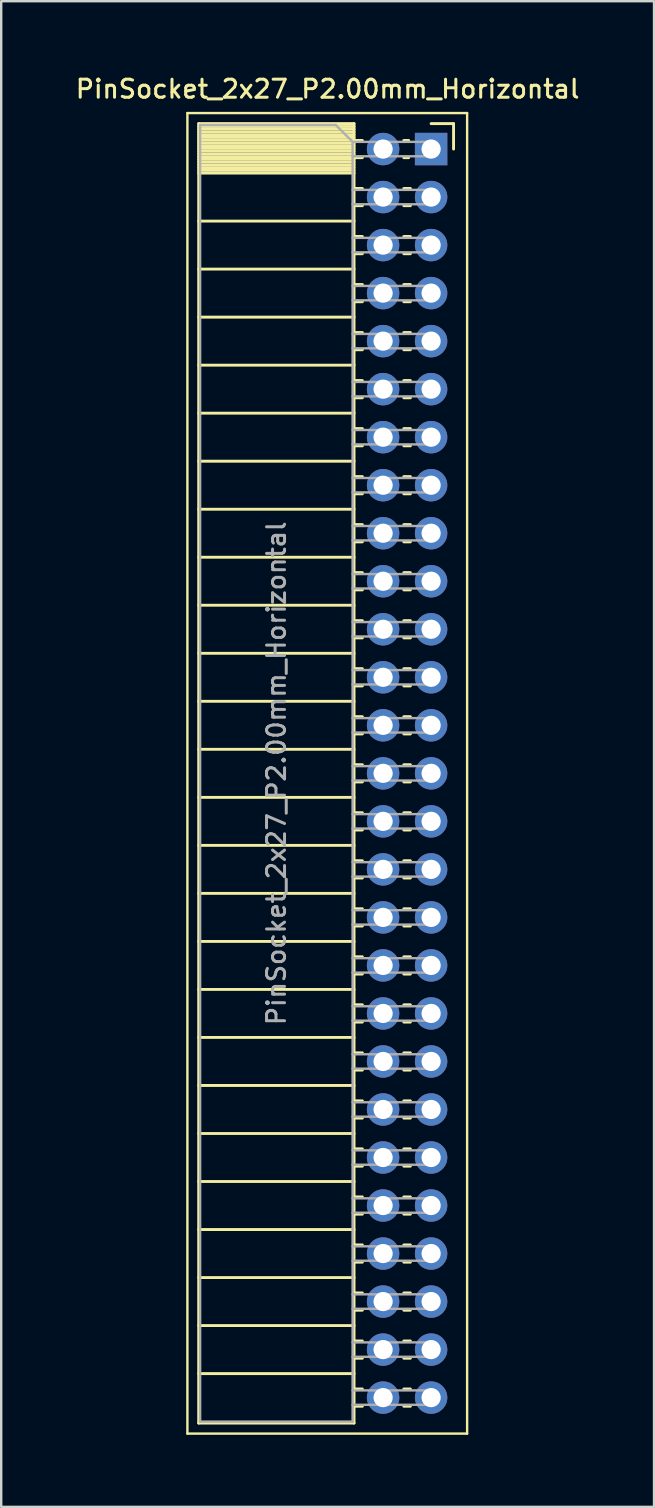
<source format=kicad_pcb>
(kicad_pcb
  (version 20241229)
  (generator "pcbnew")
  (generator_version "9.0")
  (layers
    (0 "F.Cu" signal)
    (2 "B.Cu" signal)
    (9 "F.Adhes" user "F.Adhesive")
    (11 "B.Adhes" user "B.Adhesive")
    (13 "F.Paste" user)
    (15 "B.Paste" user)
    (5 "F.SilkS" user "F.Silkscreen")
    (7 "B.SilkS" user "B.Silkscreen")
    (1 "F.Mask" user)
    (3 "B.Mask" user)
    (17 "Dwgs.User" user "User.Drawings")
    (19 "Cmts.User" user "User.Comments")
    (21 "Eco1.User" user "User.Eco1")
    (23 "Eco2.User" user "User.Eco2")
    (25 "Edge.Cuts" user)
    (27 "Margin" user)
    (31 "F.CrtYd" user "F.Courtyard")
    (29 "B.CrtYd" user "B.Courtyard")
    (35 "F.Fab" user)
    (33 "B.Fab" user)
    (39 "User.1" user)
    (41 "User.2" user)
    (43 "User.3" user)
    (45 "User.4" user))
  (footprint "PinSocket_2x27_P2.00mm_Horizontal"
    (layer "F.Cu")
    (at 14.905 3.158)
    (property "Reference" "PinSocket_2x27_P2.00mm_Horizontal" (at -4.31 -2.5 0) (layer "F.SilkS") (effects (font (size 0.75 0.75) (thickness 0.125))))
    (attr through_hole)
    (fp_line (start -10.15 -1.5) (end -10.15 53.5) (stroke (width 0.1) (type solid)) (layer "F.SilkS"))
    (fp_line (start -10.15 53.5) (end 1.5 53.5) (stroke (width 0.1) (type solid)) (layer "F.SilkS"))
    (fp_line (start -9.68 -1.06) (end -9.68 53.06) (stroke (width 0.12) (type solid)) (layer "F.SilkS"))
    (fp_line (start -9.68 -1.06) (end -3.21 -1.06) (stroke (width 0.12) (type solid)) (layer "F.SilkS"))
    (fp_line (start -9.68 -0.94) (end -3.21 -0.94) (stroke (width 0.12) (type solid)) (layer "F.SilkS"))
    (fp_line (start -9.68 -0.826) (end -3.21 -0.826) (stroke (width 0.12) (type solid)) (layer "F.SilkS"))
    (fp_line (start -9.68 -0.712) (end -3.21 -0.712) (stroke (width 0.12) (type solid)) (layer "F.SilkS"))
    (fp_line (start -9.68 -0.598) (end -3.21 -0.598) (stroke (width 0.12) (type solid)) (layer "F.SilkS"))
    (fp_line (start -9.68 -0.484) (end -3.21 -0.484) (stroke (width 0.12) (type solid)) (layer "F.SilkS"))
    (fp_line (start -9.68 -0.369) (end -3.21 -0.369) (stroke (width 0.12) (type solid)) (layer "F.SilkS"))
    (fp_line (start -9.68 -0.255) (end -3.21 -0.255) (stroke (width 0.12) (type solid)) (layer "F.SilkS"))
    (fp_line (start -9.68 -0.141) (end -3.21 -0.141) (stroke (width 0.12) (type solid)) (layer "F.SilkS"))
    (fp_line (start -9.68 -0.027) (end -3.21 -0.027) (stroke (width 0.12) (type solid)) (layer "F.SilkS"))
    (fp_line (start -9.68 0.087) (end -3.21 0.087) (stroke (width 0.12) (type solid)) (layer "F.SilkS"))
    (fp_line (start -9.68 0.201) (end -3.21 0.201) (stroke (width 0.12) (type solid)) (layer "F.SilkS"))
    (fp_line (start -9.68 0.315) (end -3.21 0.315) (stroke (width 0.12) (type solid)) (layer "F.SilkS"))
    (fp_line (start -9.68 0.429) (end -3.21 0.429) (stroke (width 0.12) (type solid)) (layer "F.SilkS"))
    (fp_line (start -9.68 0.544) (end -3.21 0.544) (stroke (width 0.12) (type solid)) (layer "F.SilkS"))
    (fp_line (start -9.68 0.658) (end -3.21 0.658) (stroke (width 0.12) (type solid)) (layer "F.SilkS"))
    (fp_line (start -9.68 0.772) (end -3.21 0.772) (stroke (width 0.12) (type solid)) (layer "F.SilkS"))
    (fp_line (start -9.68 0.886) (end -3.21 0.886) (stroke (width 0.12) (type solid)) (layer "F.SilkS"))
    (fp_line (start -9.68 1) (end -3.21 1) (stroke (width 0.12) (type solid)) (layer "F.SilkS"))
    (fp_line (start -9.68 3) (end -3.21 3) (stroke (width 0.12) (type solid)) (layer "F.SilkS"))
    (fp_line (start -9.68 5) (end -3.21 5) (stroke (width 0.12) (type solid)) (layer "F.SilkS"))
    (fp_line (start -9.68 7) (end -3.21 7) (stroke (width 0.12) (type solid)) (layer "F.SilkS"))
    (fp_line (start -9.68 9) (end -3.21 9) (stroke (width 0.12) (type solid)) (layer "F.SilkS"))
    (fp_line (start -9.68 11) (end -3.21 11) (stroke (width 0.12) (type solid)) (layer "F.SilkS"))
    (fp_line (start -9.68 13) (end -3.21 13) (stroke (width 0.12) (type solid)) (layer "F.SilkS"))
    (fp_line (start -9.68 15) (end -3.21 15) (stroke (width 0.12) (type solid)) (layer "F.SilkS"))
    (fp_line (start -9.68 17) (end -3.21 17) (stroke (width 0.12) (type solid)) (layer "F.SilkS"))
    (fp_line (start -9.68 19) (end -3.21 19) (stroke (width 0.12) (type solid)) (layer "F.SilkS"))
    (fp_line (start -9.68 21) (end -3.21 21) (stroke (width 0.12) (type solid)) (layer "F.SilkS"))
    (fp_line (start -9.68 23) (end -3.21 23) (stroke (width 0.12) (type solid)) (layer "F.SilkS"))
    (fp_line (start -9.68 25) (end -3.21 25) (stroke (width 0.12) (type solid)) (layer "F.SilkS"))
    (fp_line (start -9.68 27) (end -3.21 27) (stroke (width 0.12) (type solid)) (layer "F.SilkS"))
    (fp_line (start -9.68 29) (end -3.21 29) (stroke (width 0.12) (type solid)) (layer "F.SilkS"))
    (fp_line (start -9.68 31) (end -3.21 31) (stroke (width 0.12) (type solid)) (layer "F.SilkS"))
    (fp_line (start -9.68 33) (end -3.21 33) (stroke (width 0.12) (type solid)) (layer "F.SilkS"))
    (fp_line (start -9.68 35) (end -3.21 35) (stroke (width 0.12) (type solid)) (layer "F.SilkS"))
    (fp_line (start -9.68 37) (end -3.21 37) (stroke (width 0.12) (type solid)) (layer "F.SilkS"))
    (fp_line (start -9.68 39) (end -3.21 39) (stroke (width 0.12) (type solid)) (layer "F.SilkS"))
    (fp_line (start -9.68 41) (end -3.21 41) (stroke (width 0.12) (type solid)) (layer "F.SilkS"))
    (fp_line (start -9.68 43) (end -3.21 43) (stroke (width 0.12) (type solid)) (layer "F.SilkS"))
    (fp_line (start -9.68 45) (end -3.21 45) (stroke (width 0.12) (type solid)) (layer "F.SilkS"))
    (fp_line (start -9.68 47) (end -3.21 47) (stroke (width 0.12) (type solid)) (layer "F.SilkS"))
    (fp_line (start -9.68 49) (end -3.21 49) (stroke (width 0.12) (type solid)) (layer "F.SilkS"))
    (fp_line (start -9.68 51) (end -3.21 51) (stroke (width 0.12) (type solid)) (layer "F.SilkS"))
    (fp_line (start -9.68 53.06) (end -3.21 53.06) (stroke (width 0.12) (type solid)) (layer "F.SilkS"))
    (fp_line (start -3.21 -1.06) (end -3.21 53.06) (stroke (width 0.12) (type solid)) (layer "F.SilkS"))
    (fp_line (start -3.21 -0.36) (end -2.863 -0.36) (stroke (width 0.12) (type solid)) (layer "F.SilkS"))
    (fp_line (start -3.21 0.36) (end -2.863 0.36) (stroke (width 0.12) (type solid)) (layer "F.SilkS"))
    (fp_line (start -3.21 1.64) (end -2.863 1.64) (stroke (width 0.12) (type solid)) (layer "F.SilkS"))
    (fp_line (start -3.21 2.36) (end -2.863 2.36) (stroke (width 0.12) (type solid)) (layer "F.SilkS"))
    (fp_line (start -3.21 3.64) (end -2.863 3.64) (stroke (width 0.12) (type solid)) (layer "F.SilkS"))
    (fp_line (start -3.21 4.36) (end -2.863 4.36) (stroke (width 0.12) (type solid)) (layer "F.SilkS"))
    (fp_line (start -3.21 5.64) (end -2.863 5.64) (stroke (width 0.12) (type solid)) (layer "F.SilkS"))
    (fp_line (start -3.21 6.36) (end -2.863 6.36) (stroke (width 0.12) (type solid)) (layer "F.SilkS"))
    (fp_line (start -3.21 7.64) (end -2.863 7.64) (stroke (width 0.12) (type solid)) (layer "F.SilkS"))
    (fp_line (start -3.21 8.36) (end -2.863 8.36) (stroke (width 0.12) (type solid)) (layer "F.SilkS"))
    (fp_line (start -3.21 9.64) (end -2.863 9.64) (stroke (width 0.12) (type solid)) (layer "F.SilkS"))
    (fp_line (start -3.21 10.36) (end -2.863 10.36) (stroke (width 0.12) (type solid)) (layer "F.SilkS"))
    (fp_line (start -3.21 11.64) (end -2.863 11.64) (stroke (width 0.12) (type solid)) (layer "F.SilkS"))
    (fp_line (start -3.21 12.36) (end -2.863 12.36) (stroke (width 0.12) (type solid)) (layer "F.SilkS"))
    (fp_line (start -3.21 13.64) (end -2.863 13.64) (stroke (width 0.12) (type solid)) (layer "F.SilkS"))
    (fp_line (start -3.21 14.36) (end -2.863 14.36) (stroke (width 0.12) (type solid)) (layer "F.SilkS"))
    (fp_line (start -3.21 15.64) (end -2.863 15.64) (stroke (width 0.12) (type solid)) (layer "F.SilkS"))
    (fp_line (start -3.21 16.36) (end -2.863 16.36) (stroke (width 0.12) (type solid)) (layer "F.SilkS"))
    (fp_line (start -3.21 17.64) (end -2.863 17.64) (stroke (width 0.12) (type solid)) (layer "F.SilkS"))
    (fp_line (start -3.21 18.36) (end -2.863 18.36) (stroke (width 0.12) (type solid)) (layer "F.SilkS"))
    (fp_line (start -3.21 19.64) (end -2.863 19.64) (stroke (width 0.12) (type solid)) (layer "F.SilkS"))
    (fp_line (start -3.21 20.36) (end -2.863 20.36) (stroke (width 0.12) (type solid)) (layer "F.SilkS"))
    (fp_line (start -3.21 21.64) (end -2.863 21.64) (stroke (width 0.12) (type solid)) (layer "F.SilkS"))
    (fp_line (start -3.21 22.36) (end -2.863 22.36) (stroke (width 0.12) (type solid)) (layer "F.SilkS"))
    (fp_line (start -3.21 23.64) (end -2.863 23.64) (stroke (width 0.12) (type solid)) (layer "F.SilkS"))
    (fp_line (start -3.21 24.36) (end -2.863 24.36) (stroke (width 0.12) (type solid)) (layer "F.SilkS"))
    (fp_line (start -3.21 25.64) (end -2.863 25.64) (stroke (width 0.12) (type solid)) (layer "F.SilkS"))
    (fp_line (start -3.21 26.36) (end -2.863 26.36) (stroke (width 0.12) (type solid)) (layer "F.SilkS"))
    (fp_line (start -3.21 27.64) (end -2.863 27.64) (stroke (width 0.12) (type solid)) (layer "F.SilkS"))
    (fp_line (start -3.21 28.36) (end -2.863 28.36) (stroke (width 0.12) (type solid)) (layer "F.SilkS"))
    (fp_line (start -3.21 29.64) (end -2.863 29.64) (stroke (width 0.12) (type solid)) (layer "F.SilkS"))
    (fp_line (start -3.21 30.36) (end -2.863 30.36) (stroke (width 0.12) (type solid)) (layer "F.SilkS"))
    (fp_line (start -3.21 31.64) (end -2.863 31.64) (stroke (width 0.12) (type solid)) (layer "F.SilkS"))
    (fp_line (start -3.21 32.36) (end -2.863 32.36) (stroke (width 0.12) (type solid)) (layer "F.SilkS"))
    (fp_line (start -3.21 33.64) (end -2.863 33.64) (stroke (width 0.12) (type solid)) (layer "F.SilkS"))
    (fp_line (start -3.21 34.36) (end -2.863 34.36) (stroke (width 0.12) (type solid)) (layer "F.SilkS"))
    (fp_line (start -3.21 35.64) (end -2.863 35.64) (stroke (width 0.12) (type solid)) (layer "F.SilkS"))
    (fp_line (start -3.21 36.36) (end -2.863 36.36) (stroke (width 0.12) (type solid)) (layer "F.SilkS"))
    (fp_line (start -3.21 37.64) (end -2.863 37.64) (stroke (width 0.12) (type solid)) (layer "F.SilkS"))
    (fp_line (start -3.21 38.36) (end -2.863 38.36) (stroke (width 0.12) (type solid)) (layer "F.SilkS"))
    (fp_line (start -3.21 39.64) (end -2.863 39.64) (stroke (width 0.12) (type solid)) (layer "F.SilkS"))
    (fp_line (start -3.21 40.36) (end -2.863 40.36) (stroke (width 0.12) (type solid)) (layer "F.SilkS"))
    (fp_line (start -3.21 41.64) (end -2.863 41.64) (stroke (width 0.12) (type solid)) (layer "F.SilkS"))
    (fp_line (start -3.21 42.36) (end -2.863 42.36) (stroke (width 0.12) (type solid)) (layer "F.SilkS"))
    (fp_line (start -3.21 43.64) (end -2.863 43.64) (stroke (width 0.12) (type solid)) (layer "F.SilkS"))
    (fp_line (start -3.21 44.36) (end -2.863 44.36) (stroke (width 0.12) (type solid)) (layer "F.SilkS"))
    (fp_line (start -3.21 45.64) (end -2.863 45.64) (stroke (width 0.12) (type solid)) (layer "F.SilkS"))
    (fp_line (start -3.21 46.36) (end -2.863 46.36) (stroke (width 0.12) (type solid)) (layer "F.SilkS"))
    (fp_line (start -3.21 47.64) (end -2.863 47.64) (stroke (width 0.12) (type solid)) (layer "F.SilkS"))
    (fp_line (start -3.21 48.36) (end -2.863 48.36) (stroke (width 0.12) (type solid)) (layer "F.SilkS"))
    (fp_line (start -3.21 49.64) (end -2.863 49.64) (stroke (width 0.12) (type solid)) (layer "F.SilkS"))
    (fp_line (start -3.21 50.36) (end -2.863 50.36) (stroke (width 0.12) (type solid)) (layer "F.SilkS"))
    (fp_line (start -3.21 51.64) (end -2.863 51.64) (stroke (width 0.12) (type solid)) (layer "F.SilkS"))
    (fp_line (start -3.21 52.36) (end -2.863 52.36) (stroke (width 0.12) (type solid)) (layer "F.SilkS"))
    (fp_line (start -1.137 -0.36) (end -0.935 -0.36) (stroke (width 0.12) (type solid)) (layer "F.SilkS"))
    (fp_line (start -1.137 0.36) (end -0.935 0.36) (stroke (width 0.12) (type solid)) (layer "F.SilkS"))
    (fp_line (start -1.137 1.64) (end -0.863 1.64) (stroke (width 0.12) (type solid)) (layer "F.SilkS"))
    (fp_line (start -1.137 2.36) (end -0.863 2.36) (stroke (width 0.12) (type solid)) (layer "F.SilkS"))
    (fp_line (start -1.137 3.64) (end -0.863 3.64) (stroke (width 0.12) (type solid)) (layer "F.SilkS"))
    (fp_line (start -1.137 4.36) (end -0.863 4.36) (stroke (width 0.12) (type solid)) (layer "F.SilkS"))
    (fp_line (start -1.137 5.64) (end -0.863 5.64) (stroke (width 0.12) (type solid)) (layer "F.SilkS"))
    (fp_line (start -1.137 6.36) (end -0.863 6.36) (stroke (width 0.12) (type solid)) (layer "F.SilkS"))
    (fp_line (start -1.137 7.64) (end -0.863 7.64) (stroke (width 0.12) (type solid)) (layer "F.SilkS"))
    (fp_line (start -1.137 8.36) (end -0.863 8.36) (stroke (width 0.12) (type solid)) (layer "F.SilkS"))
    (fp_line (start -1.137 9.64) (end -0.863 9.64) (stroke (width 0.12) (type solid)) (layer "F.SilkS"))
    (fp_line (start -1.137 10.36) (end -0.863 10.36) (stroke (width 0.12) (type solid)) (layer "F.SilkS"))
    (fp_line (start -1.137 11.64) (end -0.863 11.64) (stroke (width 0.12) (type solid)) (layer "F.SilkS"))
    (fp_line (start -1.137 12.36) (end -0.863 12.36) (stroke (width 0.12) (type solid)) (layer "F.SilkS"))
    (fp_line (start -1.137 13.64) (end -0.863 13.64) (stroke (width 0.12) (type solid)) (layer "F.SilkS"))
    (fp_line (start -1.137 14.36) (end -0.863 14.36) (stroke (width 0.12) (type solid)) (layer "F.SilkS"))
    (fp_line (start -1.137 15.64) (end -0.863 15.64) (stroke (width 0.12) (type solid)) (layer "F.SilkS"))
    (fp_line (start -1.137 16.36) (end -0.863 16.36) (stroke (width 0.12) (type solid)) (layer "F.SilkS"))
    (fp_line (start -1.137 17.64) (end -0.863 17.64) (stroke (width 0.12) (type solid)) (layer "F.SilkS"))
    (fp_line (start -1.137 18.36) (end -0.863 18.36) (stroke (width 0.12) (type solid)) (layer "F.SilkS"))
    (fp_line (start -1.137 19.64) (end -0.863 19.64) (stroke (width 0.12) (type solid)) (layer "F.SilkS"))
    (fp_line (start -1.137 20.36) (end -0.863 20.36) (stroke (width 0.12) (type solid)) (layer "F.SilkS"))
    (fp_line (start -1.137 21.64) (end -0.863 21.64) (stroke (width 0.12) (type solid)) (layer "F.SilkS"))
    (fp_line (start -1.137 22.36) (end -0.863 22.36) (stroke (width 0.12) (type solid)) (layer "F.SilkS"))
    (fp_line (start -1.137 23.64) (end -0.863 23.64) (stroke (width 0.12) (type solid)) (layer "F.SilkS"))
    (fp_line (start -1.137 24.36) (end -0.863 24.36) (stroke (width 0.12) (type solid)) (layer "F.SilkS"))
    (fp_line (start -1.137 25.64) (end -0.863 25.64) (stroke (width 0.12) (type solid)) (layer "F.SilkS"))
    (fp_line (start -1.137 26.36) (end -0.863 26.36) (stroke (width 0.12) (type solid)) (layer "F.SilkS"))
    (fp_line (start -1.137 27.64) (end -0.863 27.64) (stroke (width 0.12) (type solid)) (layer "F.SilkS"))
    (fp_line (start -1.137 28.36) (end -0.863 28.36) (stroke (width 0.12) (type solid)) (layer "F.SilkS"))
    (fp_line (start -1.137 29.64) (end -0.863 29.64) (stroke (width 0.12) (type solid)) (layer "F.SilkS"))
    (fp_line (start -1.137 30.36) (end -0.863 30.36) (stroke (width 0.12) (type solid)) (layer "F.SilkS"))
    (fp_line (start -1.137 31.64) (end -0.863 31.64) (stroke (width 0.12) (type solid)) (layer "F.SilkS"))
    (fp_line (start -1.137 32.36) (end -0.863 32.36) (stroke (width 0.12) (type solid)) (layer "F.SilkS"))
    (fp_line (start -1.137 33.64) (end -0.863 33.64) (stroke (width 0.12) (type solid)) (layer "F.SilkS"))
    (fp_line (start -1.137 34.36) (end -0.863 34.36) (stroke (width 0.12) (type solid)) (layer "F.SilkS"))
    (fp_line (start -1.137 35.64) (end -0.863 35.64) (stroke (width 0.12) (type solid)) (layer "F.SilkS"))
    (fp_line (start -1.137 36.36) (end -0.863 36.36) (stroke (width 0.12) (type solid)) (layer "F.SilkS"))
    (fp_line (start -1.137 37.64) (end -0.863 37.64) (stroke (width 0.12) (type solid)) (layer "F.SilkS"))
    (fp_line (start -1.137 38.36) (end -0.863 38.36) (stroke (width 0.12) (type solid)) (layer "F.SilkS"))
    (fp_line (start -1.137 39.64) (end -0.863 39.64) (stroke (width 0.12) (type solid)) (layer "F.SilkS"))
    (fp_line (start -1.137 40.36) (end -0.863 40.36) (stroke (width 0.12) (type solid)) (layer "F.SilkS"))
    (fp_line (start -1.137 41.64) (end -0.863 41.64) (stroke (width 0.12) (type solid)) (layer "F.SilkS"))
    (fp_line (start -1.137 42.36) (end -0.863 42.36) (stroke (width 0.12) (type solid)) (layer "F.SilkS"))
    (fp_line (start -1.137 43.64) (end -0.863 43.64) (stroke (width 0.12) (type solid)) (layer "F.SilkS"))
    (fp_line (start -1.137 44.36) (end -0.863 44.36) (stroke (width 0.12) (type solid)) (layer "F.SilkS"))
    (fp_line (start -1.137 45.64) (end -0.863 45.64) (stroke (width 0.12) (type solid)) (layer "F.SilkS"))
    (fp_line (start -1.137 46.36) (end -0.863 46.36) (stroke (width 0.12) (type solid)) (layer "F.SilkS"))
    (fp_line (start -1.137 47.64) (end -0.863 47.64) (stroke (width 0.12) (type solid)) (layer "F.SilkS"))
    (fp_line (start -1.137 48.36) (end -0.863 48.36) (stroke (width 0.12) (type solid)) (layer "F.SilkS"))
    (fp_line (start -1.137 49.64) (end -0.863 49.64) (stroke (width 0.12) (type solid)) (layer "F.SilkS"))
    (fp_line (start -1.137 50.36) (end -0.863 50.36) (stroke (width 0.12) (type solid)) (layer "F.SilkS"))
    (fp_line (start -1.137 51.64) (end -0.863 51.64) (stroke (width 0.12) (type solid)) (layer "F.SilkS"))
    (fp_line (start -1.137 52.36) (end -0.863 52.36) (stroke (width 0.12) (type solid)) (layer "F.SilkS"))
    (fp_line (start 0 -1.06) (end 0.935 -1.06) (stroke (width 0.12) (type solid)) (layer "F.SilkS"))
    (fp_line (start 0.935 -1.06) (end 0.935 0) (stroke (width 0.12) (type solid)) (layer "F.SilkS"))
    (fp_line (start 1.5 -1.5) (end -10.15 -1.5) (stroke (width 0.1) (type solid)) (layer "F.SilkS"))
    (fp_line (start 1.5 53.5) (end 1.5 -1.5) (stroke (width 0.1) (type solid)) (layer "F.SilkS"))
    (fp_line (start -9.62 -1) (end -3.97 -1) (stroke (width 0.1) (type solid)) (layer "F.Fab"))
    (fp_line (start -9.62 53) (end -9.62 -1) (stroke (width 0.1) (type solid)) (layer "F.Fab"))
    (fp_line (start -3.97 -1) (end -3.27 -0.3) (stroke (width 0.1) (type solid)) (layer "F.Fab"))
    (fp_line (start -3.27 -0.3) (end -3.27 53) (stroke (width 0.1) (type solid)) (layer "F.Fab"))
    (fp_line (start -3.27 0.3) (end 0 0.3) (stroke (width 0.1) (type solid)) (layer "F.Fab"))
    (fp_line (start -3.27 2.3) (end 0 2.3) (stroke (width 0.1) (type solid)) (layer "F.Fab"))
    (fp_line (start -3.27 4.3) (end 0 4.3) (stroke (width 0.1) (type solid)) (layer "F.Fab"))
    (fp_line (start -3.27 6.3) (end 0 6.3) (stroke (width 0.1) (type solid)) (layer "F.Fab"))
    (fp_line (start -3.27 8.3) (end 0 8.3) (stroke (width 0.1) (type solid)) (layer "F.Fab"))
    (fp_line (start -3.27 10.3) (end 0 10.3) (stroke (width 0.1) (type solid)) (layer "F.Fab"))
    (fp_line (start -3.27 12.3) (end 0 12.3) (stroke (width 0.1) (type solid)) (layer "F.Fab"))
    (fp_line (start -3.27 14.3) (end 0 14.3) (stroke (width 0.1) (type solid)) (layer "F.Fab"))
    (fp_line (start -3.27 16.3) (end 0 16.3) (stroke (width 0.1) (type solid)) (layer "F.Fab"))
    (fp_line (start -3.27 18.3) (end 0 18.3) (stroke (width 0.1) (type solid)) (layer "F.Fab"))
    (fp_line (start -3.27 20.3) (end 0 20.3) (stroke (width 0.1) (type solid)) (layer "F.Fab"))
    (fp_line (start -3.27 22.3) (end 0 22.3) (stroke (width 0.1) (type solid)) (layer "F.Fab"))
    (fp_line (start -3.27 24.3) (end 0 24.3) (stroke (width 0.1) (type solid)) (layer "F.Fab"))
    (fp_line (start -3.27 26.3) (end 0 26.3) (stroke (width 0.1) (type solid)) (layer "F.Fab"))
    (fp_line (start -3.27 28.3) (end 0 28.3) (stroke (width 0.1) (type solid)) (layer "F.Fab"))
    (fp_line (start -3.27 30.3) (end 0 30.3) (stroke (width 0.1) (type solid)) (layer "F.Fab"))
    (fp_line (start -3.27 32.3) (end 0 32.3) (stroke (width 0.1) (type solid)) (layer "F.Fab"))
    (fp_line (start -3.27 34.3) (end 0 34.3) (stroke (width 0.1) (type solid)) (layer "F.Fab"))
    (fp_line (start -3.27 36.3) (end 0 36.3) (stroke (width 0.1) (type solid)) (layer "F.Fab"))
    (fp_line (start -3.27 38.3) (end 0 38.3) (stroke (width 0.1) (type solid)) (layer "F.Fab"))
    (fp_line (start -3.27 40.3) (end 0 40.3) (stroke (width 0.1) (type solid)) (layer "F.Fab"))
    (fp_line (start -3.27 42.3) (end 0 42.3) (stroke (width 0.1) (type solid)) (layer "F.Fab"))
    (fp_line (start -3.27 44.3) (end 0 44.3) (stroke (width 0.1) (type solid)) (layer "F.Fab"))
    (fp_line (start -3.27 46.3) (end 0 46.3) (stroke (width 0.1) (type solid)) (layer "F.Fab"))
    (fp_line (start -3.27 48.3) (end 0 48.3) (stroke (width 0.1) (type solid)) (layer "F.Fab"))
    (fp_line (start -3.27 50.3) (end 0 50.3) (stroke (width 0.1) (type solid)) (layer "F.Fab"))
    (fp_line (start -3.27 52.3) (end 0 52.3) (stroke (width 0.1) (type solid)) (layer "F.Fab"))
    (fp_line (start -3.27 53) (end -9.62 53) (stroke (width 0.1) (type solid)) (layer "F.Fab"))
    (fp_line (start 0 -0.3) (end -3.27 -0.3) (stroke (width 0.1) (type solid)) (layer "F.Fab"))
    (fp_line (start 0 0.3) (end 0 -0.3) (stroke (width 0.1) (type solid)) (layer "F.Fab"))
    (fp_line (start 0 1.7) (end -3.27 1.7) (stroke (width 0.1) (type solid)) (layer "F.Fab"))
    (fp_line (start 0 2.3) (end 0 1.7) (stroke (width 0.1) (type solid)) (layer "F.Fab"))
    (fp_line (start 0 3.7) (end -3.27 3.7) (stroke (width 0.1) (type solid)) (layer "F.Fab"))
    (fp_line (start 0 4.3) (end 0 3.7) (stroke (width 0.1) (type solid)) (layer "F.Fab"))
    (fp_line (start 0 5.7) (end -3.27 5.7) (stroke (width 0.1) (type solid)) (layer "F.Fab"))
    (fp_line (start 0 6.3) (end 0 5.7) (stroke (width 0.1) (type solid)) (layer "F.Fab"))
    (fp_line (start 0 7.7) (end -3.27 7.7) (stroke (width 0.1) (type solid)) (layer "F.Fab"))
    (fp_line (start 0 8.3) (end 0 7.7) (stroke (width 0.1) (type solid)) (layer "F.Fab"))
    (fp_line (start 0 9.7) (end -3.27 9.7) (stroke (width 0.1) (type solid)) (layer "F.Fab"))
    (fp_line (start 0 10.3) (end 0 9.7) (stroke (width 0.1) (type solid)) (layer "F.Fab"))
    (fp_line (start 0 11.7) (end -3.27 11.7) (stroke (width 0.1) (type solid)) (layer "F.Fab"))
    (fp_line (start 0 12.3) (end 0 11.7) (stroke (width 0.1) (type solid)) (layer "F.Fab"))
    (fp_line (start 0 13.7) (end -3.27 13.7) (stroke (width 0.1) (type solid)) (layer "F.Fab"))
    (fp_line (start 0 14.3) (end 0 13.7) (stroke (width 0.1) (type solid)) (layer "F.Fab"))
    (fp_line (start 0 15.7) (end -3.27 15.7) (stroke (width 0.1) (type solid)) (layer "F.Fab"))
    (fp_line (start 0 16.3) (end 0 15.7) (stroke (width 0.1) (type solid)) (layer "F.Fab"))
    (fp_line (start 0 17.7) (end -3.27 17.7) (stroke (width 0.1) (type solid)) (layer "F.Fab"))
    (fp_line (start 0 18.3) (end 0 17.7) (stroke (width 0.1) (type solid)) (layer "F.Fab"))
    (fp_line (start 0 19.7) (end -3.27 19.7) (stroke (width 0.1) (type solid)) (layer "F.Fab"))
    (fp_line (start 0 20.3) (end 0 19.7) (stroke (width 0.1) (type solid)) (layer "F.Fab"))
    (fp_line (start 0 21.7) (end -3.27 21.7) (stroke (width 0.1) (type solid)) (layer "F.Fab"))
    (fp_line (start 0 22.3) (end 0 21.7) (stroke (width 0.1) (type solid)) (layer "F.Fab"))
    (fp_line (start 0 23.7) (end -3.27 23.7) (stroke (width 0.1) (type solid)) (layer "F.Fab"))
    (fp_line (start 0 24.3) (end 0 23.7) (stroke (width 0.1) (type solid)) (layer "F.Fab"))
    (fp_line (start 0 25.7) (end -3.27 25.7) (stroke (width 0.1) (type solid)) (layer "F.Fab"))
    (fp_line (start 0 26.3) (end 0 25.7) (stroke (width 0.1) (type solid)) (layer "F.Fab"))
    (fp_line (start 0 27.7) (end -3.27 27.7) (stroke (width 0.1) (type solid)) (layer "F.Fab"))
    (fp_line (start 0 28.3) (end 0 27.7) (stroke (width 0.1) (type solid)) (layer "F.Fab"))
    (fp_line (start 0 29.7) (end -3.27 29.7) (stroke (width 0.1) (type solid)) (layer "F.Fab"))
    (fp_line (start 0 30.3) (end 0 29.7) (stroke (width 0.1) (type solid)) (layer "F.Fab"))
    (fp_line (start 0 31.7) (end -3.27 31.7) (stroke (width 0.1) (type solid)) (layer "F.Fab"))
    (fp_line (start 0 32.3) (end 0 31.7) (stroke (width 0.1) (type solid)) (layer "F.Fab"))
    (fp_line (start 0 33.7) (end -3.27 33.7) (stroke (width 0.1) (type solid)) (layer "F.Fab"))
    (fp_line (start 0 34.3) (end 0 33.7) (stroke (width 0.1) (type solid)) (layer "F.Fab"))
    (fp_line (start 0 35.7) (end -3.27 35.7) (stroke (width 0.1) (type solid)) (layer "F.Fab"))
    (fp_line (start 0 36.3) (end 0 35.7) (stroke (width 0.1) (type solid)) (layer "F.Fab"))
    (fp_line (start 0 37.7) (end -3.27 37.7) (stroke (width 0.1) (type solid)) (layer "F.Fab"))
    (fp_line (start 0 38.3) (end 0 37.7) (stroke (width 0.1) (type solid)) (layer "F.Fab"))
    (fp_line (start 0 39.7) (end -3.27 39.7) (stroke (width 0.1) (type solid)) (layer "F.Fab"))
    (fp_line (start 0 40.3) (end 0 39.7) (stroke (width 0.1) (type solid)) (layer "F.Fab"))
    (fp_line (start 0 41.7) (end -3.27 41.7) (stroke (width 0.1) (type solid)) (layer "F.Fab"))
    (fp_line (start 0 42.3) (end 0 41.7) (stroke (width 0.1) (type solid)) (layer "F.Fab"))
    (fp_line (start 0 43.7) (end -3.27 43.7) (stroke (width 0.1) (type solid)) (layer "F.Fab"))
    (fp_line (start 0 44.3) (end 0 43.7) (stroke (width 0.1) (type solid)) (layer "F.Fab"))
    (fp_line (start 0 45.7) (end -3.27 45.7) (stroke (width 0.1) (type solid)) (layer "F.Fab"))
    (fp_line (start 0 46.3) (end 0 45.7) (stroke (width 0.1) (type solid)) (layer "F.Fab"))
    (fp_line (start 0 47.7) (end -3.27 47.7) (stroke (width 0.1) (type solid)) (layer "F.Fab"))
    (fp_line (start 0 48.3) (end 0 47.7) (stroke (width 0.1) (type solid)) (layer "F.Fab"))
    (fp_line (start 0 49.7) (end -3.27 49.7) (stroke (width 0.1) (type solid)) (layer "F.Fab"))
    (fp_line (start 0 50.3) (end 0 49.7) (stroke (width 0.1) (type solid)) (layer "F.Fab"))
    (fp_line (start 0 51.7) (end -3.27 51.7) (stroke (width 0.1) (type solid)) (layer "F.Fab"))
    (fp_line (start 0 52.3) (end 0 51.7) (stroke (width 0.1) (type solid)) (layer "F.Fab"))
    (fp_text user "${REFERENCE}" (at -6.445 26 90) (layer "F.Fab") (effects (font (size 0.75 0.75) (thickness 0.125))))
    (pad "1" thru_hole rect (at 0 0) (size 1.35 1.35) (drill 0.8) (layers "*.Cu" "*.Mask"))
    (pad "2" thru_hole oval (at -2 0) (size 1.35 1.35) (drill 0.8) (layers "*.Cu" "*.Mask"))
    (pad "3" thru_hole oval (at 0 2) (size 1.35 1.35) (drill 0.8) (layers "*.Cu" "*.Mask"))
    (pad "4" thru_hole oval (at -2 2) (size 1.35 1.35) (drill 0.8) (layers "*.Cu" "*.Mask"))
    (pad "5" thru_hole oval (at 0 4) (size 1.35 1.35) (drill 0.8) (layers "*.Cu" "*.Mask"))
    (pad "6" thru_hole oval (at -2 4) (size 1.35 1.35) (drill 0.8) (layers "*.Cu" "*.Mask"))
    (pad "7" thru_hole oval (at 0 6) (size 1.35 1.35) (drill 0.8) (layers "*.Cu" "*.Mask"))
    (pad "8" thru_hole oval (at -2 6) (size 1.35 1.35) (drill 0.8) (layers "*.Cu" "*.Mask"))
    (pad "9" thru_hole oval (at 0 8) (size 1.35 1.35) (drill 0.8) (layers "*.Cu" "*.Mask"))
    (pad "10" thru_hole oval (at -2 8) (size 1.35 1.35) (drill 0.8) (layers "*.Cu" "*.Mask"))
    (pad "11" thru_hole oval (at 0 10) (size 1.35 1.35) (drill 0.8) (layers "*.Cu" "*.Mask"))
    (pad "12" thru_hole oval (at -2 10) (size 1.35 1.35) (drill 0.8) (layers "*.Cu" "*.Mask"))
    (pad "13" thru_hole oval (at 0 12) (size 1.35 1.35) (drill 0.8) (layers "*.Cu" "*.Mask"))
    (pad "14" thru_hole oval (at -2 12) (size 1.35 1.35) (drill 0.8) (layers "*.Cu" "*.Mask"))
    (pad "15" thru_hole oval (at 0 14) (size 1.35 1.35) (drill 0.8) (layers "*.Cu" "*.Mask"))
    (pad "16" thru_hole oval (at -2 14) (size 1.35 1.35) (drill 0.8) (layers "*.Cu" "*.Mask"))
    (pad "17" thru_hole oval (at 0 16) (size 1.35 1.35) (drill 0.8) (layers "*.Cu" "*.Mask"))
    (pad "18" thru_hole oval (at -2 16) (size 1.35 1.35) (drill 0.8) (layers "*.Cu" "*.Mask"))
    (pad "19" thru_hole oval (at 0 18) (size 1.35 1.35) (drill 0.8) (layers "*.Cu" "*.Mask"))
    (pad "20" thru_hole oval (at -2 18) (size 1.35 1.35) (drill 0.8) (layers "*.Cu" "*.Mask"))
    (pad "21" thru_hole oval (at 0 20) (size 1.35 1.35) (drill 0.8) (layers "*.Cu" "*.Mask"))
    (pad "22" thru_hole oval (at -2 20) (size 1.35 1.35) (drill 0.8) (layers "*.Cu" "*.Mask"))
    (pad "23" thru_hole oval (at 0 22) (size 1.35 1.35) (drill 0.8) (layers "*.Cu" "*.Mask"))
    (pad "24" thru_hole oval (at -2 22) (size 1.35 1.35) (drill 0.8) (layers "*.Cu" "*.Mask"))
    (pad "25" thru_hole oval (at 0 24) (size 1.35 1.35) (drill 0.8) (layers "*.Cu" "*.Mask"))
    (pad "26" thru_hole oval (at -2 24) (size 1.35 1.35) (drill 0.8) (layers "*.Cu" "*.Mask"))
    (pad "27" thru_hole oval (at 0 26) (size 1.35 1.35) (drill 0.8) (layers "*.Cu" "*.Mask"))
    (pad "28" thru_hole oval (at -2 26) (size 1.35 1.35) (drill 0.8) (layers "*.Cu" "*.Mask"))
    (pad "29" thru_hole oval (at 0 28) (size 1.35 1.35) (drill 0.8) (layers "*.Cu" "*.Mask"))
    (pad "30" thru_hole oval (at -2 28) (size 1.35 1.35) (drill 0.8) (layers "*.Cu" "*.Mask"))
    (pad "31" thru_hole oval (at 0 30) (size 1.35 1.35) (drill 0.8) (layers "*.Cu" "*.Mask"))
    (pad "32" thru_hole oval (at -2 30) (size 1.35 1.35) (drill 0.8) (layers "*.Cu" "*.Mask"))
    (pad "33" thru_hole oval (at 0 32) (size 1.35 1.35) (drill 0.8) (layers "*.Cu" "*.Mask"))
    (pad "34" thru_hole oval (at -2 32) (size 1.35 1.35) (drill 0.8) (layers "*.Cu" "*.Mask"))
    (pad "35" thru_hole oval (at 0 34) (size 1.35 1.35) (drill 0.8) (layers "*.Cu" "*.Mask"))
    (pad "36" thru_hole oval (at -2 34) (size 1.35 1.35) (drill 0.8) (layers "*.Cu" "*.Mask"))
    (pad "37" thru_hole oval (at 0 36) (size 1.35 1.35) (drill 0.8) (layers "*.Cu" "*.Mask"))
    (pad "38" thru_hole oval (at -2 36) (size 1.35 1.35) (drill 0.8) (layers "*.Cu" "*.Mask"))
    (pad "39" thru_hole oval (at 0 38) (size 1.35 1.35) (drill 0.8) (layers "*.Cu" "*.Mask"))
    (pad "40" thru_hole oval (at -2 38) (size 1.35 1.35) (drill 0.8) (layers "*.Cu" "*.Mask"))
    (pad "41" thru_hole oval (at 0 40) (size 1.35 1.35) (drill 0.8) (layers "*.Cu" "*.Mask"))
    (pad "42" thru_hole oval (at -2 40) (size 1.35 1.35) (drill 0.8) (layers "*.Cu" "*.Mask"))
    (pad "43" thru_hole oval (at 0 42) (size 1.35 1.35) (drill 0.8) (layers "*.Cu" "*.Mask"))
    (pad "44" thru_hole oval (at -2 42) (size 1.35 1.35) (drill 0.8) (layers "*.Cu" "*.Mask"))
    (pad "45" thru_hole oval (at 0 44) (size 1.35 1.35) (drill 0.8) (layers "*.Cu" "*.Mask"))
    (pad "46" thru_hole oval (at -2 44) (size 1.35 1.35) (drill 0.8) (layers "*.Cu" "*.Mask"))
    (pad "47" thru_hole oval (at 0 46) (size 1.35 1.35) (drill 0.8) (layers "*.Cu" "*.Mask"))
    (pad "48" thru_hole oval (at -2 46) (size 1.35 1.35) (drill 0.8) (layers "*.Cu" "*.Mask"))
    (pad "49" thru_hole oval (at 0 48) (size 1.35 1.35) (drill 0.8) (layers "*.Cu" "*.Mask"))
    (pad "50" thru_hole oval (at -2 48) (size 1.35 1.35) (drill 0.8) (layers "*.Cu" "*.Mask"))
    (pad "51" thru_hole oval (at 0 50) (size 1.35 1.35) (drill 0.8) (layers "*.Cu" "*.Mask"))
    (pad "52" thru_hole oval (at -2 50) (size 1.35 1.35) (drill 0.8) (layers "*.Cu" "*.Mask"))
    (pad "53" thru_hole oval (at 0 52) (size 1.35 1.35) (drill 0.8) (layers "*.Cu" "*.Mask"))
    (pad "54" thru_hole oval (at -2 52) (size 1.35 1.35) (drill 0.8) (layers "*.Cu" "*.Mask")))
  (gr_rect
    (start -3 -3)
    (end 24.189 59.708)
    (stroke (width 0.1) (type default))
    (fill no)
    (layer "Edge.Cuts")))
</source>
